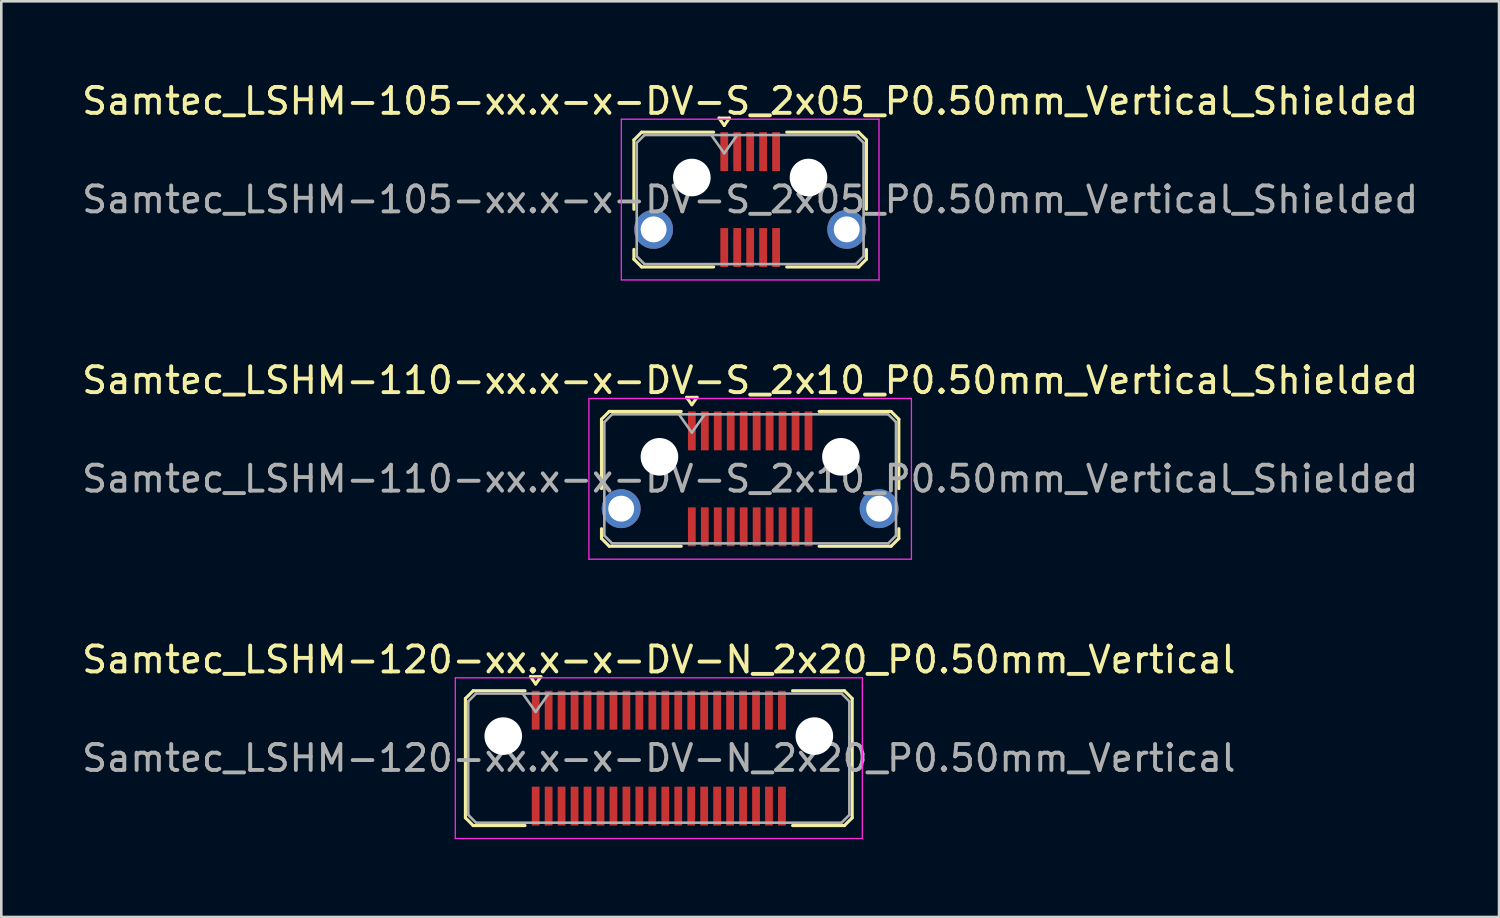
<source format=kicad_pcb>
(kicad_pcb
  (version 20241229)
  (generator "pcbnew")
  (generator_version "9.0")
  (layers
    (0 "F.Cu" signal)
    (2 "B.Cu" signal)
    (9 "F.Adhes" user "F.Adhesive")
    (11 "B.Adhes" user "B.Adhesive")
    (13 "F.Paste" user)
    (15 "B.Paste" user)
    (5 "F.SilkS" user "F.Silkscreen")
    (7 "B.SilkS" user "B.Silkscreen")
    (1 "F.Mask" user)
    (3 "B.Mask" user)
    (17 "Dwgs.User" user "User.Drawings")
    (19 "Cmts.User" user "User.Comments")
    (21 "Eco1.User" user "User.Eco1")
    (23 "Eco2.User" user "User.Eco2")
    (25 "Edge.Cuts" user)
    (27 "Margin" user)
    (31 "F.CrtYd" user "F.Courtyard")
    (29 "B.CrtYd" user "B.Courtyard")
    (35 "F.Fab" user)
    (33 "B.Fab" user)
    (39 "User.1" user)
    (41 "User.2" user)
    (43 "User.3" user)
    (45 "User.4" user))
  (footprint "Samtec_LSHM-110-xx.x-x-DV-S_2x10_P0.50mm_Vertical_Shielded"
    (layer "F.Cu")
    (at 25.887 15.421)
    (property "Reference" "Samtec_LSHM-110-xx.x-x-DV-S_2x10_P0.50mm_Vertical_Shielded" (at 0 -3.8 0) (layer "F.SilkS") (effects (font (size 1 1) (thickness 0.15))))
    (attr through_hole)
    (fp_line (start -5.735 -2.3) (end -5.735 0.377) (stroke (width 0.12) (type solid)) (layer "F.SilkS"))
    (fp_line (start -5.735 1.923) (end -5.735 2.3) (stroke (width 0.12) (type solid)) (layer "F.SilkS"))
    (fp_line (start -5.735 2.3) (end -5.435 2.6) (stroke (width 0.12) (type solid)) (layer "F.SilkS"))
    (fp_line (start -5.435 -2.6) (end -5.735 -2.3) (stroke (width 0.12) (type solid)) (layer "F.SilkS"))
    (fp_line (start -5.435 2.6) (end -2.66 2.6) (stroke (width 0.12) (type solid)) (layer "F.SilkS"))
    (fp_line (start -2.66 -2.6) (end -5.435 -2.6) (stroke (width 0.12) (type solid)) (layer "F.SilkS"))
    (fp_line (start -2.45 -3.143) (end -2.05 -3.143) (stroke (width 0.12) (type solid)) (layer "F.SilkS"))
    (fp_line (start -2.25 -2.86) (end -2.45 -3.143) (stroke (width 0.12) (type solid)) (layer "F.SilkS"))
    (fp_line (start -2.05 -3.143) (end -2.25 -2.86) (stroke (width 0.12) (type solid)) (layer "F.SilkS"))
    (fp_line (start 2.66 -2.6) (end 5.435 -2.6) (stroke (width 0.12) (type solid)) (layer "F.SilkS"))
    (fp_line (start 5.435 -2.6) (end 5.735 -2.3) (stroke (width 0.12) (type solid)) (layer "F.SilkS"))
    (fp_line (start 5.435 2.6) (end 2.66 2.6) (stroke (width 0.12) (type solid)) (layer "F.SilkS"))
    (fp_line (start 5.735 -2.3) (end 5.735 0.377) (stroke (width 0.12) (type solid)) (layer "F.SilkS"))
    (fp_line (start 5.735 1.923) (end 5.735 2.3) (stroke (width 0.12) (type solid)) (layer "F.SilkS"))
    (fp_line (start 5.735 2.3) (end 5.435 2.6) (stroke (width 0.12) (type solid)) (layer "F.SilkS"))
    (fp_line (start -6.22 -3.1) (end -6.22 3.1) (stroke (width 0.05) (type solid)) (layer "F.CrtYd"))
    (fp_line (start -6.22 3.1) (end 6.22 3.1) (stroke (width 0.05) (type solid)) (layer "F.CrtYd"))
    (fp_line (start 6.22 -3.1) (end -6.22 -3.1) (stroke (width 0.05) (type solid)) (layer "F.CrtYd"))
    (fp_line (start 6.22 3.1) (end 6.22 -3.1) (stroke (width 0.05) (type solid)) (layer "F.CrtYd"))
    (fp_line (start -5.625 -2.19) (end -5.625 2.19) (stroke (width 0.1) (type solid)) (layer "F.Fab"))
    (fp_line (start -5.625 2.19) (end -5.325 2.49) (stroke (width 0.1) (type solid)) (layer "F.Fab"))
    (fp_line (start -5.325 -2.49) (end -5.625 -2.19) (stroke (width 0.1) (type solid)) (layer "F.Fab"))
    (fp_line (start -5.325 2.49) (end 0 2.49) (stroke (width 0.1) (type solid)) (layer "F.Fab"))
    (fp_line (start -2.75 -2.49) (end -2.25 -1.783) (stroke (width 0.1) (type solid)) (layer "F.Fab"))
    (fp_line (start -2.25 -1.783) (end -1.75 -2.49) (stroke (width 0.1) (type solid)) (layer "F.Fab"))
    (fp_line (start 0 -2.49) (end -5.325 -2.49) (stroke (width 0.1) (type solid)) (layer "F.Fab"))
    (fp_line (start 0 -2.49) (end 5.325 -2.49) (stroke (width 0.1) (type solid)) (layer "F.Fab"))
    (fp_line (start 5.325 -2.49) (end 5.625 -2.19) (stroke (width 0.1) (type solid)) (layer "F.Fab"))
    (fp_line (start 5.325 2.49) (end 0 2.49) (stroke (width 0.1) (type solid)) (layer "F.Fab"))
    (fp_line (start 5.625 -2.19) (end 5.625 2.19) (stroke (width 0.1) (type solid)) (layer "F.Fab"))
    (fp_line (start 5.625 2.19) (end 5.325 2.49) (stroke (width 0.1) (type solid)) (layer "F.Fab"))
    (fp_text user "${REFERENCE}" (at 0 0 0) (layer "F.Fab") (effects (font (size 1 1) (thickness 0.15))))
    (pad "" np_thru_hole circle (at -3.5 -0.85) (size 1.45 1.45) (drill 1.45) (layers "*.Cu" "*.Mask"))
    (pad "" np_thru_hole circle (at 3.5 -0.85) (size 1.45 1.45) (drill 1.45) (layers "*.Cu" "*.Mask"))
    (pad "0" thru_hole circle (at -4.975 1.15) (size 1.5 1.5) (drill 1) (layers "*.Cu" "*.Mask"))
    (pad "0" thru_hole circle (at 4.975 1.15) (size 1.5 1.5) (drill 1) (layers "*.Cu" "*.Mask"))
    (pad "1" smd rect (at -2.25 -1.85) (size 0.3 1.5) (layers "F.Cu" "F.Mask" "F.Paste"))
    (pad "2" smd rect (at -2.25 1.85) (size 0.3 1.5) (layers "F.Cu" "F.Mask" "F.Paste"))
    (pad "3" smd rect (at -1.75 -1.85) (size 0.3 1.5) (layers "F.Cu" "F.Mask" "F.Paste"))
    (pad "4" smd rect (at -1.75 1.85) (size 0.3 1.5) (layers "F.Cu" "F.Mask" "F.Paste"))
    (pad "5" smd rect (at -1.25 -1.85) (size 0.3 1.5) (layers "F.Cu" "F.Mask" "F.Paste"))
    (pad "6" smd rect (at -1.25 1.85) (size 0.3 1.5) (layers "F.Cu" "F.Mask" "F.Paste"))
    (pad "7" smd rect (at -0.75 -1.85) (size 0.3 1.5) (layers "F.Cu" "F.Mask" "F.Paste"))
    (pad "8" smd rect (at -0.75 1.85) (size 0.3 1.5) (layers "F.Cu" "F.Mask" "F.Paste"))
    (pad "9" smd rect (at -0.25 -1.85) (size 0.3 1.5) (layers "F.Cu" "F.Mask" "F.Paste"))
    (pad "10" smd rect (at -0.25 1.85) (size 0.3 1.5) (layers "F.Cu" "F.Mask" "F.Paste"))
    (pad "11" smd rect (at 0.25 -1.85) (size 0.3 1.5) (layers "F.Cu" "F.Mask" "F.Paste"))
    (pad "12" smd rect (at 0.25 1.85) (size 0.3 1.5) (layers "F.Cu" "F.Mask" "F.Paste"))
    (pad "13" smd rect (at 0.75 -1.85) (size 0.3 1.5) (layers "F.Cu" "F.Mask" "F.Paste"))
    (pad "14" smd rect (at 0.75 1.85) (size 0.3 1.5) (layers "F.Cu" "F.Mask" "F.Paste"))
    (pad "15" smd rect (at 1.25 -1.85) (size 0.3 1.5) (layers "F.Cu" "F.Mask" "F.Paste"))
    (pad "16" smd rect (at 1.25 1.85) (size 0.3 1.5) (layers "F.Cu" "F.Mask" "F.Paste"))
    (pad "17" smd rect (at 1.75 -1.85) (size 0.3 1.5) (layers "F.Cu" "F.Mask" "F.Paste"))
    (pad "18" smd rect (at 1.75 1.85) (size 0.3 1.5) (layers "F.Cu" "F.Mask" "F.Paste"))
    (pad "19" smd rect (at 2.25 -1.85) (size 0.3 1.5) (layers "F.Cu" "F.Mask" "F.Paste"))
    (pad "20" smd rect (at 2.25 1.85) (size 0.3 1.5) (layers "F.Cu" "F.Mask" "F.Paste")))
  (footprint "Samtec_LSHM-105-xx.x-x-DV-S_2x05_P0.50mm_Vertical_Shielded"
    (layer "F.Cu")
    (at 25.887 4.648)
    (property "Reference" "Samtec_LSHM-105-xx.x-x-DV-S_2x05_P0.50mm_Vertical_Shielded" (at 0 -3.8 0) (layer "F.SilkS") (effects (font (size 1 1) (thickness 0.15))))
    (attr through_hole)
    (fp_line (start -4.485 -2.3) (end -4.485 0.377) (stroke (width 0.12) (type solid)) (layer "F.SilkS"))
    (fp_line (start -4.485 1.923) (end -4.485 2.3) (stroke (width 0.12) (type solid)) (layer "F.SilkS"))
    (fp_line (start -4.485 2.3) (end -4.185 2.6) (stroke (width 0.12) (type solid)) (layer "F.SilkS"))
    (fp_line (start -4.185 -2.6) (end -4.485 -2.3) (stroke (width 0.12) (type solid)) (layer "F.SilkS"))
    (fp_line (start -4.185 2.6) (end -1.41 2.6) (stroke (width 0.12) (type solid)) (layer "F.SilkS"))
    (fp_line (start -1.41 -2.6) (end -4.185 -2.6) (stroke (width 0.12) (type solid)) (layer "F.SilkS"))
    (fp_line (start -1.2 -3.143) (end -0.8 -3.143) (stroke (width 0.12) (type solid)) (layer "F.SilkS"))
    (fp_line (start -1 -2.86) (end -1.2 -3.143) (stroke (width 0.12) (type solid)) (layer "F.SilkS"))
    (fp_line (start -0.8 -3.143) (end -1 -2.86) (stroke (width 0.12) (type solid)) (layer "F.SilkS"))
    (fp_line (start 1.41 -2.6) (end 4.185 -2.6) (stroke (width 0.12) (type solid)) (layer "F.SilkS"))
    (fp_line (start 4.185 -2.6) (end 4.485 -2.3) (stroke (width 0.12) (type solid)) (layer "F.SilkS"))
    (fp_line (start 4.185 2.6) (end 1.41 2.6) (stroke (width 0.12) (type solid)) (layer "F.SilkS"))
    (fp_line (start 4.485 -2.3) (end 4.485 0.377) (stroke (width 0.12) (type solid)) (layer "F.SilkS"))
    (fp_line (start 4.485 1.923) (end 4.485 2.3) (stroke (width 0.12) (type solid)) (layer "F.SilkS"))
    (fp_line (start 4.485 2.3) (end 4.185 2.6) (stroke (width 0.12) (type solid)) (layer "F.SilkS"))
    (fp_line (start -4.97 -3.1) (end -4.97 3.1) (stroke (width 0.05) (type solid)) (layer "F.CrtYd"))
    (fp_line (start -4.97 3.1) (end 4.97 3.1) (stroke (width 0.05) (type solid)) (layer "F.CrtYd"))
    (fp_line (start 4.97 -3.1) (end -4.97 -3.1) (stroke (width 0.05) (type solid)) (layer "F.CrtYd"))
    (fp_line (start 4.97 3.1) (end 4.97 -3.1) (stroke (width 0.05) (type solid)) (layer "F.CrtYd"))
    (fp_line (start -4.375 -2.19) (end -4.375 2.19) (stroke (width 0.1) (type solid)) (layer "F.Fab"))
    (fp_line (start -4.375 2.19) (end -4.075 2.49) (stroke (width 0.1) (type solid)) (layer "F.Fab"))
    (fp_line (start -4.075 -2.49) (end -4.375 -2.19) (stroke (width 0.1) (type solid)) (layer "F.Fab"))
    (fp_line (start -4.075 2.49) (end 0 2.49) (stroke (width 0.1) (type solid)) (layer "F.Fab"))
    (fp_line (start -1.5 -2.49) (end -1 -1.783) (stroke (width 0.1) (type solid)) (layer "F.Fab"))
    (fp_line (start -1 -1.783) (end -0.5 -2.49) (stroke (width 0.1) (type solid)) (layer "F.Fab"))
    (fp_line (start 0 -2.49) (end -4.075 -2.49) (stroke (width 0.1) (type solid)) (layer "F.Fab"))
    (fp_line (start 0 -2.49) (end 4.075 -2.49) (stroke (width 0.1) (type solid)) (layer "F.Fab"))
    (fp_line (start 4.075 -2.49) (end 4.375 -2.19) (stroke (width 0.1) (type solid)) (layer "F.Fab"))
    (fp_line (start 4.075 2.49) (end 0 2.49) (stroke (width 0.1) (type solid)) (layer "F.Fab"))
    (fp_line (start 4.375 -2.19) (end 4.375 2.19) (stroke (width 0.1) (type solid)) (layer "F.Fab"))
    (fp_line (start 4.375 2.19) (end 4.075 2.49) (stroke (width 0.1) (type solid)) (layer "F.Fab"))
    (fp_text user "${REFERENCE}" (at 0 0 0) (layer "F.Fab") (effects (font (size 1 1) (thickness 0.15))))
    (pad "" np_thru_hole circle (at -2.25 -0.85) (size 1.45 1.45) (drill 1.45) (layers "*.Cu" "*.Mask"))
    (pad "" np_thru_hole circle (at 2.25 -0.85) (size 1.45 1.45) (drill 1.45) (layers "*.Cu" "*.Mask"))
    (pad "0" thru_hole circle (at -3.725 1.15) (size 1.5 1.5) (drill 1) (layers "*.Cu" "*.Mask"))
    (pad "0" thru_hole circle (at 3.725 1.15) (size 1.5 1.5) (drill 1) (layers "*.Cu" "*.Mask"))
    (pad "1" smd rect (at -1 -1.85) (size 0.3 1.5) (layers "F.Cu" "F.Mask" "F.Paste"))
    (pad "2" smd rect (at -1 1.85) (size 0.3 1.5) (layers "F.Cu" "F.Mask" "F.Paste"))
    (pad "3" smd rect (at -0.5 -1.85) (size 0.3 1.5) (layers "F.Cu" "F.Mask" "F.Paste"))
    (pad "4" smd rect (at -0.5 1.85) (size 0.3 1.5) (layers "F.Cu" "F.Mask" "F.Paste"))
    (pad "5" smd rect (at 0 -1.85) (size 0.3 1.5) (layers "F.Cu" "F.Mask" "F.Paste"))
    (pad "6" smd rect (at 0 1.85) (size 0.3 1.5) (layers "F.Cu" "F.Mask" "F.Paste"))
    (pad "7" smd rect (at 0.5 -1.85) (size 0.3 1.5) (layers "F.Cu" "F.Mask" "F.Paste"))
    (pad "8" smd rect (at 0.5 1.85) (size 0.3 1.5) (layers "F.Cu" "F.Mask" "F.Paste"))
    (pad "9" smd rect (at 1 -1.85) (size 0.3 1.5) (layers "F.Cu" "F.Mask" "F.Paste"))
    (pad "10" smd rect (at 1 1.85) (size 0.3 1.5) (layers "F.Cu" "F.Mask" "F.Paste")))
  (footprint "Samtec_LSHM-120-xx.x-x-DV-N_2x20_P0.50mm_Vertical"
    (layer "F.Cu")
    (at 22.363 26.195)
    (property "Reference" "Samtec_LSHM-120-xx.x-x-DV-N_2x20_P0.50mm_Vertical" (at 0 -3.8 0) (layer "F.SilkS") (effects (font (size 1 1) (thickness 0.15))))
    (attr smd)
    (fp_line (start -7.46 -2.3) (end -7.46 2.3) (stroke (width 0.12) (type solid)) (layer "F.SilkS"))
    (fp_line (start -7.46 2.3) (end -7.16 2.6) (stroke (width 0.12) (type solid)) (layer "F.SilkS"))
    (fp_line (start -7.16 -2.6) (end -7.46 -2.3) (stroke (width 0.12) (type solid)) (layer "F.SilkS"))
    (fp_line (start -7.16 2.6) (end -5.16 2.6) (stroke (width 0.12) (type solid)) (layer "F.SilkS"))
    (fp_line (start -5.16 -2.6) (end -7.16 -2.6) (stroke (width 0.12) (type solid)) (layer "F.SilkS"))
    (fp_line (start -4.95 -3.143) (end -4.55 -3.143) (stroke (width 0.12) (type solid)) (layer "F.SilkS"))
    (fp_line (start -4.75 -2.86) (end -4.95 -3.143) (stroke (width 0.12) (type solid)) (layer "F.SilkS"))
    (fp_line (start -4.55 -3.143) (end -4.75 -2.86) (stroke (width 0.12) (type solid)) (layer "F.SilkS"))
    (fp_line (start 5.16 -2.6) (end 7.16 -2.6) (stroke (width 0.12) (type solid)) (layer "F.SilkS"))
    (fp_line (start 7.16 -2.6) (end 7.46 -2.3) (stroke (width 0.12) (type solid)) (layer "F.SilkS"))
    (fp_line (start 7.16 2.6) (end 5.16 2.6) (stroke (width 0.12) (type solid)) (layer "F.SilkS"))
    (fp_line (start 7.46 -2.3) (end 7.46 2.3) (stroke (width 0.12) (type solid)) (layer "F.SilkS"))
    (fp_line (start 7.46 2.3) (end 7.16 2.6) (stroke (width 0.12) (type solid)) (layer "F.SilkS"))
    (fp_line (start -7.85 -3.1) (end -7.85 3.1) (stroke (width 0.05) (type solid)) (layer "F.CrtYd"))
    (fp_line (start -7.85 3.1) (end 7.85 3.1) (stroke (width 0.05) (type solid)) (layer "F.CrtYd"))
    (fp_line (start 7.85 -3.1) (end -7.85 -3.1) (stroke (width 0.05) (type solid)) (layer "F.CrtYd"))
    (fp_line (start 7.85 3.1) (end 7.85 -3.1) (stroke (width 0.05) (type solid)) (layer "F.CrtYd"))
    (fp_line (start -7.35 -2.19) (end -7.35 2.19) (stroke (width 0.1) (type solid)) (layer "F.Fab"))
    (fp_line (start -7.35 2.19) (end -7.05 2.49) (stroke (width 0.1) (type solid)) (layer "F.Fab"))
    (fp_line (start -7.05 -2.49) (end -7.35 -2.19) (stroke (width 0.1) (type solid)) (layer "F.Fab"))
    (fp_line (start -7.05 2.49) (end 0 2.49) (stroke (width 0.1) (type solid)) (layer "F.Fab"))
    (fp_line (start -5.25 -2.49) (end -4.75 -1.783) (stroke (width 0.1) (type solid)) (layer "F.Fab"))
    (fp_line (start -4.75 -1.783) (end -4.25 -2.49) (stroke (width 0.1) (type solid)) (layer "F.Fab"))
    (fp_line (start 0 -2.49) (end -7.05 -2.49) (stroke (width 0.1) (type solid)) (layer "F.Fab"))
    (fp_line (start 0 -2.49) (end 7.05 -2.49) (stroke (width 0.1) (type solid)) (layer "F.Fab"))
    (fp_line (start 7.05 -2.49) (end 7.35 -2.19) (stroke (width 0.1) (type solid)) (layer "F.Fab"))
    (fp_line (start 7.05 2.49) (end 0 2.49) (stroke (width 0.1) (type solid)) (layer "F.Fab"))
    (fp_line (start 7.35 -2.19) (end 7.35 2.19) (stroke (width 0.1) (type solid)) (layer "F.Fab"))
    (fp_line (start 7.35 2.19) (end 7.05 2.49) (stroke (width 0.1) (type solid)) (layer "F.Fab"))
    (fp_text user "${REFERENCE}" (at 0 0 0) (layer "F.Fab") (effects (font (size 1 1) (thickness 0.15))))
    (pad "" np_thru_hole circle (at -6 -0.85) (size 1.45 1.45) (drill 1.45) (layers "*.Cu" "*.Mask"))
    (pad "" np_thru_hole circle (at 6 -0.85) (size 1.45 1.45) (drill 1.45) (layers "*.Cu" "*.Mask"))
    (pad "1" smd rect (at -4.75 -1.85) (size 0.3 1.5) (layers "F.Cu" "F.Mask" "F.Paste"))
    (pad "2" smd rect (at -4.75 1.85) (size 0.3 1.5) (layers "F.Cu" "F.Mask" "F.Paste"))
    (pad "3" smd rect (at -4.25 -1.85) (size 0.3 1.5) (layers "F.Cu" "F.Mask" "F.Paste"))
    (pad "4" smd rect (at -4.25 1.85) (size 0.3 1.5) (layers "F.Cu" "F.Mask" "F.Paste"))
    (pad "5" smd rect (at -3.75 -1.85) (size 0.3 1.5) (layers "F.Cu" "F.Mask" "F.Paste"))
    (pad "6" smd rect (at -3.75 1.85) (size 0.3 1.5) (layers "F.Cu" "F.Mask" "F.Paste"))
    (pad "7" smd rect (at -3.25 -1.85) (size 0.3 1.5) (layers "F.Cu" "F.Mask" "F.Paste"))
    (pad "8" smd rect (at -3.25 1.85) (size 0.3 1.5) (layers "F.Cu" "F.Mask" "F.Paste"))
    (pad "9" smd rect (at -2.75 -1.85) (size 0.3 1.5) (layers "F.Cu" "F.Mask" "F.Paste"))
    (pad "10" smd rect (at -2.75 1.85) (size 0.3 1.5) (layers "F.Cu" "F.Mask" "F.Paste"))
    (pad "11" smd rect (at -2.25 -1.85) (size 0.3 1.5) (layers "F.Cu" "F.Mask" "F.Paste"))
    (pad "12" smd rect (at -2.25 1.85) (size 0.3 1.5) (layers "F.Cu" "F.Mask" "F.Paste"))
    (pad "13" smd rect (at -1.75 -1.85) (size 0.3 1.5) (layers "F.Cu" "F.Mask" "F.Paste"))
    (pad "14" smd rect (at -1.75 1.85) (size 0.3 1.5) (layers "F.Cu" "F.Mask" "F.Paste"))
    (pad "15" smd rect (at -1.25 -1.85) (size 0.3 1.5) (layers "F.Cu" "F.Mask" "F.Paste"))
    (pad "16" smd rect (at -1.25 1.85) (size 0.3 1.5) (layers "F.Cu" "F.Mask" "F.Paste"))
    (pad "17" smd rect (at -0.75 -1.85) (size 0.3 1.5) (layers "F.Cu" "F.Mask" "F.Paste"))
    (pad "18" smd rect (at -0.75 1.85) (size 0.3 1.5) (layers "F.Cu" "F.Mask" "F.Paste"))
    (pad "19" smd rect (at -0.25 -1.85) (size 0.3 1.5) (layers "F.Cu" "F.Mask" "F.Paste"))
    (pad "20" smd rect (at -0.25 1.85) (size 0.3 1.5) (layers "F.Cu" "F.Mask" "F.Paste"))
    (pad "21" smd rect (at 0.25 -1.85) (size 0.3 1.5) (layers "F.Cu" "F.Mask" "F.Paste"))
    (pad "22" smd rect (at 0.25 1.85) (size 0.3 1.5) (layers "F.Cu" "F.Mask" "F.Paste"))
    (pad "23" smd rect (at 0.75 -1.85) (size 0.3 1.5) (layers "F.Cu" "F.Mask" "F.Paste"))
    (pad "24" smd rect (at 0.75 1.85) (size 0.3 1.5) (layers "F.Cu" "F.Mask" "F.Paste"))
    (pad "25" smd rect (at 1.25 -1.85) (size 0.3 1.5) (layers "F.Cu" "F.Mask" "F.Paste"))
    (pad "26" smd rect (at 1.25 1.85) (size 0.3 1.5) (layers "F.Cu" "F.Mask" "F.Paste"))
    (pad "27" smd rect (at 1.75 -1.85) (size 0.3 1.5) (layers "F.Cu" "F.Mask" "F.Paste"))
    (pad "28" smd rect (at 1.75 1.85) (size 0.3 1.5) (layers "F.Cu" "F.Mask" "F.Paste"))
    (pad "29" smd rect (at 2.25 -1.85) (size 0.3 1.5) (layers "F.Cu" "F.Mask" "F.Paste"))
    (pad "30" smd rect (at 2.25 1.85) (size 0.3 1.5) (layers "F.Cu" "F.Mask" "F.Paste"))
    (pad "31" smd rect (at 2.75 -1.85) (size 0.3 1.5) (layers "F.Cu" "F.Mask" "F.Paste"))
    (pad "32" smd rect (at 2.75 1.85) (size 0.3 1.5) (layers "F.Cu" "F.Mask" "F.Paste"))
    (pad "33" smd rect (at 3.25 -1.85) (size 0.3 1.5) (layers "F.Cu" "F.Mask" "F.Paste"))
    (pad "34" smd rect (at 3.25 1.85) (size 0.3 1.5) (layers "F.Cu" "F.Mask" "F.Paste"))
    (pad "35" smd rect (at 3.75 -1.85) (size 0.3 1.5) (layers "F.Cu" "F.Mask" "F.Paste"))
    (pad "36" smd rect (at 3.75 1.85) (size 0.3 1.5) (layers "F.Cu" "F.Mask" "F.Paste"))
    (pad "37" smd rect (at 4.25 -1.85) (size 0.3 1.5) (layers "F.Cu" "F.Mask" "F.Paste"))
    (pad "38" smd rect (at 4.25 1.85) (size 0.3 1.5) (layers "F.Cu" "F.Mask" "F.Paste"))
    (pad "39" smd rect (at 4.75 -1.85) (size 0.3 1.5) (layers "F.Cu" "F.Mask" "F.Paste"))
    (pad "40" smd rect (at 4.75 1.85) (size 0.3 1.5) (layers "F.Cu" "F.Mask" "F.Paste")))
  (gr_rect
    (start -3 -3)
    (end 54.774 32.32)
    (stroke (width 0.1) (type default))
    (fill no)
    (layer "Edge.Cuts")))
</source>
